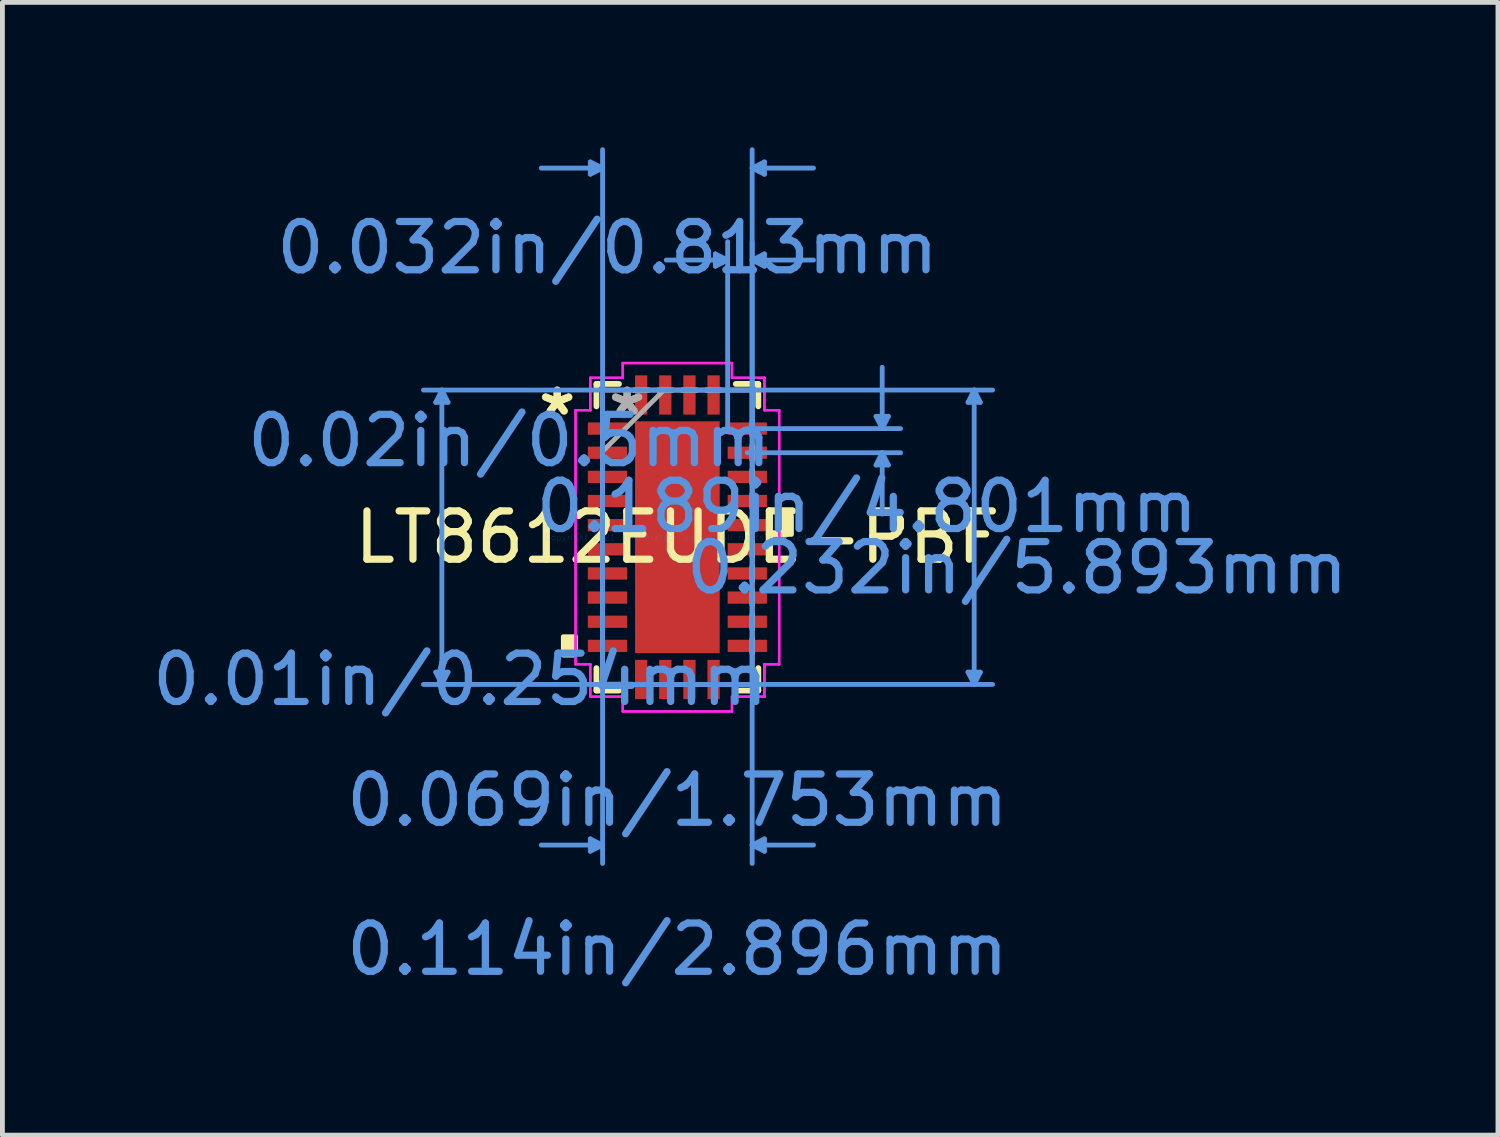
<source format=kicad_pcb>
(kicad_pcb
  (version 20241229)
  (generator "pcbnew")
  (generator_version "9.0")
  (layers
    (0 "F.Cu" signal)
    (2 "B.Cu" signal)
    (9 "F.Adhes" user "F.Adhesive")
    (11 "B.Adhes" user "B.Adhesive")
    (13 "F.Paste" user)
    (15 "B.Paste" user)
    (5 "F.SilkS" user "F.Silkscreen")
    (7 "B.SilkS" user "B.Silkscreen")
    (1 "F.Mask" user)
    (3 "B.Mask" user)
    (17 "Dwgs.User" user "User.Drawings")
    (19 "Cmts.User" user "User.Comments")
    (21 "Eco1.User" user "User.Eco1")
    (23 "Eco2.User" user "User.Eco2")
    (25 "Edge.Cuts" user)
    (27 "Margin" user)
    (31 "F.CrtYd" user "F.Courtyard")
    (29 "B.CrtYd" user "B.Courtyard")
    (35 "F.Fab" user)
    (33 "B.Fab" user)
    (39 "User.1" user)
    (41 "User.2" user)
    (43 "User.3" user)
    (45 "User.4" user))
  (footprint "LT8612EUDE-PBF"
    (layer "F.Cu")
    (at 10.978 8.076)
    (property "Reference" "LT8612EUDE-PBF" (at 0 0 0) (layer "F.SilkS") (effects (font (size 1 1) (thickness 0.15))))
    (attr through_hole)
    (fp_line (start -1.676 -3.175) (end -1.676 -2.71) (stroke (width 0.12) (type solid)) (layer "F.SilkS"))
    (fp_line (start -1.676 2.71) (end -1.676 3.175) (stroke (width 0.12) (type solid)) (layer "F.SilkS"))
    (fp_line (start -1.676 3.175) (end -1.21 3.175) (stroke (width 0.12) (type solid)) (layer "F.SilkS"))
    (fp_line (start -1.21 -3.175) (end -1.676 -3.175) (stroke (width 0.12) (type solid)) (layer "F.SilkS"))
    (fp_line (start 1.21 3.175) (end 1.676 3.175) (stroke (width 0.12) (type solid)) (layer "F.SilkS"))
    (fp_line (start 1.676 -3.175) (end 1.21 -3.175) (stroke (width 0.12) (type solid)) (layer "F.SilkS"))
    (fp_line (start 1.676 -2.71) (end 1.676 -3.175) (stroke (width 0.12) (type solid)) (layer "F.SilkS"))
    (fp_line (start 1.676 3.175) (end 1.676 2.71) (stroke (width 0.12) (type solid)) (layer "F.SilkS"))
    (fp_poly (pts (xy -2.362 2.06) (xy -2.362 2.441) (xy -2.108 2.441) (xy -2.108 2.06)) (stroke (width 0.1) (type solid)) (fill yes) (layer "F.SilkS"))
    (fp_poly (pts (xy 2.362 -0.441) (xy 2.362 -0.059) (xy 2.108 -0.059) (xy 2.108 -0.441)) (stroke (width 0.1) (type solid)) (fill yes) (layer "F.SilkS"))
    (fp_poly (pts (xy -0.776 -2.3) (xy -0.776 -0.9) (xy 0.776 -0.9) (xy 0.776 -2.3)) (stroke (width 0.1) (type solid)) (fill yes) (layer "F.Paste"))
    (fp_poly (pts (xy -0.776 -0.7) (xy -0.776 0.7) (xy 0.776 0.7) (xy 0.776 -0.7)) (stroke (width 0.1) (type solid)) (fill yes) (layer "F.Paste"))
    (fp_poly (pts (xy -0.776 0.9) (xy -0.776 2.3) (xy 0.776 2.3) (xy 0.776 0.9)) (stroke (width 0.1) (type solid)) (fill yes) (layer "F.Paste"))
    (fp_line (start -5.004 -2.794) (end -4.75 -2.794) (stroke (width 0.1) (type solid)) (layer "Cmts.User"))
    (fp_line (start -5.004 2.794) (end -4.75 2.794) (stroke (width 0.1) (type solid)) (layer "Cmts.User"))
    (fp_line (start -4.877 -3.048) (end -5.004 -2.794) (stroke (width 0.1) (type solid)) (layer "Cmts.User"))
    (fp_line (start -4.877 -3.048) (end -4.877 3.048) (stroke (width 0.1) (type solid)) (layer "Cmts.User"))
    (fp_line (start -4.877 -3.048) (end -4.75 -2.794) (stroke (width 0.1) (type solid)) (layer "Cmts.User"))
    (fp_line (start -4.877 3.048) (end -5.004 2.794) (stroke (width 0.1) (type solid)) (layer "Cmts.User"))
    (fp_line (start -4.877 3.048) (end -4.75 2.794) (stroke (width 0.1) (type solid)) (layer "Cmts.User"))
    (fp_line (start -1.803 -7.772) (end -1.803 -7.518) (stroke (width 0.1) (type solid)) (layer "Cmts.User"))
    (fp_line (start -1.803 6.248) (end -1.803 6.502) (stroke (width 0.1) (type solid)) (layer "Cmts.User"))
    (fp_line (start -1.549 -7.645) (end -2.819 -7.645) (stroke (width 0.1) (type solid)) (layer "Cmts.User"))
    (fp_line (start -1.549 -7.645) (end -1.803 -7.772) (stroke (width 0.1) (type solid)) (layer "Cmts.User"))
    (fp_line (start -1.549 -7.645) (end -1.803 -7.518) (stroke (width 0.1) (type solid)) (layer "Cmts.User"))
    (fp_line (start -1.549 -3.048) (end -1.549 6.756) (stroke (width 0.1) (type solid)) (layer "Cmts.User"))
    (fp_line (start -1.549 -2.25) (end -1.549 -8.026) (stroke (width 0.1) (type solid)) (layer "Cmts.User"))
    (fp_line (start -1.549 6.375) (end -2.819 6.375) (stroke (width 0.1) (type solid)) (layer "Cmts.User"))
    (fp_line (start -1.549 6.375) (end -1.803 6.248) (stroke (width 0.1) (type solid)) (layer "Cmts.User"))
    (fp_line (start -1.549 6.375) (end -1.803 6.502) (stroke (width 0.1) (type solid)) (layer "Cmts.User"))
    (fp_line (start 0.75 -3.048) (end 6.528 -3.048) (stroke (width 0.1) (type solid)) (layer "Cmts.User"))
    (fp_line (start 0.75 3.048) (end 6.528 3.048) (stroke (width 0.1) (type solid)) (layer "Cmts.User"))
    (fp_line (start 0.787 -5.867) (end 0.787 -5.613) (stroke (width 0.1) (type solid)) (layer "Cmts.User"))
    (fp_line (start 1.041 -5.74) (end -0.229 -5.74) (stroke (width 0.1) (type solid)) (layer "Cmts.User"))
    (fp_line (start 1.041 -5.74) (end 0.787 -5.867) (stroke (width 0.1) (type solid)) (layer "Cmts.User"))
    (fp_line (start 1.041 -5.74) (end 0.787 -5.613) (stroke (width 0.1) (type solid)) (layer "Cmts.User"))
    (fp_line (start 1.041 -2.25) (end 1.041 -6.121) (stroke (width 0.1) (type solid)) (layer "Cmts.User"))
    (fp_line (start 1.448 -2.25) (end 4.623 -2.25) (stroke (width 0.1) (type solid)) (layer "Cmts.User"))
    (fp_line (start 1.448 -1.75) (end 4.623 -1.75) (stroke (width 0.1) (type solid)) (layer "Cmts.User"))
    (fp_line (start 1.549 -7.645) (end 1.803 -7.772) (stroke (width 0.1) (type solid)) (layer "Cmts.User"))
    (fp_line (start 1.549 -7.645) (end 1.803 -7.518) (stroke (width 0.1) (type solid)) (layer "Cmts.User"))
    (fp_line (start 1.549 -7.645) (end 2.819 -7.645) (stroke (width 0.1) (type solid)) (layer "Cmts.User"))
    (fp_line (start 1.549 -5.74) (end 1.803 -5.867) (stroke (width 0.1) (type solid)) (layer "Cmts.User"))
    (fp_line (start 1.549 -5.74) (end 1.803 -5.613) (stroke (width 0.1) (type solid)) (layer "Cmts.User"))
    (fp_line (start 1.549 -5.74) (end 2.819 -5.74) (stroke (width 0.1) (type solid)) (layer "Cmts.User"))
    (fp_line (start 1.549 -3.048) (end -5.258 -3.048) (stroke (width 0.1) (type solid)) (layer "Cmts.User"))
    (fp_line (start 1.549 -3.048) (end 1.549 6.756) (stroke (width 0.1) (type solid)) (layer "Cmts.User"))
    (fp_line (start 1.549 -2.25) (end 1.549 -8.026) (stroke (width 0.1) (type solid)) (layer "Cmts.User"))
    (fp_line (start 1.549 -2.25) (end 1.549 -6.121) (stroke (width 0.1) (type solid)) (layer "Cmts.User"))
    (fp_line (start 1.549 3.048) (end -5.258 3.048) (stroke (width 0.1) (type solid)) (layer "Cmts.User"))
    (fp_line (start 1.549 6.375) (end 1.803 6.248) (stroke (width 0.1) (type solid)) (layer "Cmts.User"))
    (fp_line (start 1.549 6.375) (end 1.803 6.502) (stroke (width 0.1) (type solid)) (layer "Cmts.User"))
    (fp_line (start 1.549 6.375) (end 2.819 6.375) (stroke (width 0.1) (type solid)) (layer "Cmts.User"))
    (fp_line (start 1.803 -7.772) (end 1.803 -7.518) (stroke (width 0.1) (type solid)) (layer "Cmts.User"))
    (fp_line (start 1.803 -5.867) (end 1.803 -5.613) (stroke (width 0.1) (type solid)) (layer "Cmts.User"))
    (fp_line (start 1.803 6.248) (end 1.803 6.502) (stroke (width 0.1) (type solid)) (layer "Cmts.User"))
    (fp_line (start 4.115 -2.504) (end 4.369 -2.504) (stroke (width 0.1) (type solid)) (layer "Cmts.User"))
    (fp_line (start 4.115 -1.496) (end 4.369 -1.496) (stroke (width 0.1) (type solid)) (layer "Cmts.User"))
    (fp_line (start 4.242 -2.25) (end 4.115 -2.504) (stroke (width 0.1) (type solid)) (layer "Cmts.User"))
    (fp_line (start 4.242 -2.25) (end 4.242 -3.52) (stroke (width 0.1) (type solid)) (layer "Cmts.User"))
    (fp_line (start 4.242 -2.25) (end 4.369 -2.504) (stroke (width 0.1) (type solid)) (layer "Cmts.User"))
    (fp_line (start 4.242 -1.75) (end 4.115 -1.496) (stroke (width 0.1) (type solid)) (layer "Cmts.User"))
    (fp_line (start 4.242 -1.75) (end 4.242 -0.48) (stroke (width 0.1) (type solid)) (layer "Cmts.User"))
    (fp_line (start 4.242 -1.75) (end 4.369 -1.496) (stroke (width 0.1) (type solid)) (layer "Cmts.User"))
    (fp_line (start 6.02 -2.794) (end 6.274 -2.794) (stroke (width 0.1) (type solid)) (layer "Cmts.User"))
    (fp_line (start 6.02 2.794) (end 6.274 2.794) (stroke (width 0.1) (type solid)) (layer "Cmts.User"))
    (fp_line (start 6.147 -3.048) (end 6.02 -2.794) (stroke (width 0.1) (type solid)) (layer "Cmts.User"))
    (fp_line (start 6.147 -3.048) (end 6.147 3.048) (stroke (width 0.1) (type solid)) (layer "Cmts.User"))
    (fp_line (start 6.147 -3.048) (end 6.274 -2.794) (stroke (width 0.1) (type solid)) (layer "Cmts.User"))
    (fp_line (start 6.147 3.048) (end 6.02 2.794) (stroke (width 0.1) (type solid)) (layer "Cmts.User"))
    (fp_line (start 6.147 3.048) (end 6.274 2.794) (stroke (width 0.1) (type solid)) (layer "Cmts.User"))
    (fp_line (start -2.108 -2.631) (end -1.803 -2.631) (stroke (width 0.05) (type solid)) (layer "F.CrtYd"))
    (fp_line (start -2.108 -2.631) (end -1.803 -2.631) (stroke (width 0.05) (type solid)) (layer "F.CrtYd"))
    (fp_line (start -2.108 2.631) (end -2.108 -2.631) (stroke (width 0.05) (type solid)) (layer "F.CrtYd"))
    (fp_line (start -2.108 2.631) (end -2.108 -2.631) (stroke (width 0.05) (type solid)) (layer "F.CrtYd"))
    (fp_line (start -1.803 -3.302) (end -1.131 -3.302) (stroke (width 0.05) (type solid)) (layer "F.CrtYd"))
    (fp_line (start -1.803 -3.302) (end -1.131 -3.302) (stroke (width 0.05) (type solid)) (layer "F.CrtYd"))
    (fp_line (start -1.803 -2.631) (end -1.803 -3.302) (stroke (width 0.05) (type solid)) (layer "F.CrtYd"))
    (fp_line (start -1.803 -2.631) (end -1.803 -3.302) (stroke (width 0.05) (type solid)) (layer "F.CrtYd"))
    (fp_line (start -1.803 2.631) (end -2.108 2.631) (stroke (width 0.05) (type solid)) (layer "F.CrtYd"))
    (fp_line (start -1.803 2.631) (end -2.108 2.631) (stroke (width 0.05) (type solid)) (layer "F.CrtYd"))
    (fp_line (start -1.803 3.302) (end -1.803 2.631) (stroke (width 0.05) (type solid)) (layer "F.CrtYd"))
    (fp_line (start -1.803 3.302) (end -1.803 2.631) (stroke (width 0.05) (type solid)) (layer "F.CrtYd"))
    (fp_line (start -1.131 -3.607) (end 1.131 -3.607) (stroke (width 0.05) (type solid)) (layer "F.CrtYd"))
    (fp_line (start -1.131 -3.607) (end 1.131 -3.607) (stroke (width 0.05) (type solid)) (layer "F.CrtYd"))
    (fp_line (start -1.131 -3.302) (end -1.131 -3.607) (stroke (width 0.05) (type solid)) (layer "F.CrtYd"))
    (fp_line (start -1.131 -3.302) (end -1.131 -3.607) (stroke (width 0.05) (type solid)) (layer "F.CrtYd"))
    (fp_line (start -1.131 3.302) (end -1.803 3.302) (stroke (width 0.05) (type solid)) (layer "F.CrtYd"))
    (fp_line (start -1.131 3.302) (end -1.803 3.302) (stroke (width 0.05) (type solid)) (layer "F.CrtYd"))
    (fp_line (start -1.131 3.607) (end -1.131 3.302) (stroke (width 0.05) (type solid)) (layer "F.CrtYd"))
    (fp_line (start -1.131 3.607) (end -1.131 3.302) (stroke (width 0.05) (type solid)) (layer "F.CrtYd"))
    (fp_line (start 1.131 -3.607) (end 1.131 -3.302) (stroke (width 0.05) (type solid)) (layer "F.CrtYd"))
    (fp_line (start 1.131 -3.607) (end 1.131 -3.302) (stroke (width 0.05) (type solid)) (layer "F.CrtYd"))
    (fp_line (start 1.131 -3.302) (end 1.803 -3.302) (stroke (width 0.05) (type solid)) (layer "F.CrtYd"))
    (fp_line (start 1.131 -3.302) (end 1.803 -3.302) (stroke (width 0.05) (type solid)) (layer "F.CrtYd"))
    (fp_line (start 1.131 3.302) (end 1.131 3.607) (stroke (width 0.05) (type solid)) (layer "F.CrtYd"))
    (fp_line (start 1.131 3.302) (end 1.131 3.607) (stroke (width 0.05) (type solid)) (layer "F.CrtYd"))
    (fp_line (start 1.131 3.607) (end -1.131 3.607) (stroke (width 0.05) (type solid)) (layer "F.CrtYd"))
    (fp_line (start 1.131 3.607) (end -1.131 3.607) (stroke (width 0.05) (type solid)) (layer "F.CrtYd"))
    (fp_line (start 1.803 -3.302) (end 1.803 -2.631) (stroke (width 0.05) (type solid)) (layer "F.CrtYd"))
    (fp_line (start 1.803 -3.302) (end 1.803 -2.631) (stroke (width 0.05) (type solid)) (layer "F.CrtYd"))
    (fp_line (start 1.803 -2.631) (end 2.108 -2.631) (stroke (width 0.05) (type solid)) (layer "F.CrtYd"))
    (fp_line (start 1.803 -2.631) (end 2.108 -2.631) (stroke (width 0.05) (type solid)) (layer "F.CrtYd"))
    (fp_line (start 1.803 2.631) (end 1.803 3.302) (stroke (width 0.05) (type solid)) (layer "F.CrtYd"))
    (fp_line (start 1.803 2.631) (end 1.803 3.302) (stroke (width 0.05) (type solid)) (layer "F.CrtYd"))
    (fp_line (start 1.803 3.302) (end 1.131 3.302) (stroke (width 0.05) (type solid)) (layer "F.CrtYd"))
    (fp_line (start 1.803 3.302) (end 1.131 3.302) (stroke (width 0.05) (type solid)) (layer "F.CrtYd"))
    (fp_line (start 2.108 -2.631) (end 2.108 2.631) (stroke (width 0.05) (type solid)) (layer "F.CrtYd"))
    (fp_line (start 2.108 -2.631) (end 2.108 2.631) (stroke (width 0.05) (type solid)) (layer "F.CrtYd"))
    (fp_line (start 2.108 2.631) (end 1.803 2.631) (stroke (width 0.05) (type solid)) (layer "F.CrtYd"))
    (fp_line (start 2.108 2.631) (end 1.803 2.631) (stroke (width 0.05) (type solid)) (layer "F.CrtYd"))
    (fp_line (start -1.549 -3.048) (end -1.549 -3.048) (stroke (width 0.1) (type solid)) (layer "F.Fab"))
    (fp_line (start -1.549 -3.048) (end -1.549 3.048) (stroke (width 0.1) (type solid)) (layer "F.Fab"))
    (fp_line (start -1.549 -2.402) (end -1.549 -2.402) (stroke (width 0.1) (type solid)) (layer "F.Fab"))
    (fp_line (start -1.549 -2.402) (end -1.549 -2.098) (stroke (width 0.1) (type solid)) (layer "F.Fab"))
    (fp_line (start -1.549 -2.098) (end -1.549 -2.402) (stroke (width 0.1) (type solid)) (layer "F.Fab"))
    (fp_line (start -1.549 -2.098) (end -1.549 -2.098) (stroke (width 0.1) (type solid)) (layer "F.Fab"))
    (fp_line (start -1.549 -1.902) (end -1.549 -1.902) (stroke (width 0.1) (type solid)) (layer "F.Fab"))
    (fp_line (start -1.549 -1.902) (end -1.549 -1.598) (stroke (width 0.1) (type solid)) (layer "F.Fab"))
    (fp_line (start -1.549 -1.778) (end -0.279 -3.048) (stroke (width 0.1) (type solid)) (layer "F.Fab"))
    (fp_line (start -1.549 -1.598) (end -1.549 -1.902) (stroke (width 0.1) (type solid)) (layer "F.Fab"))
    (fp_line (start -1.549 -1.598) (end -1.549 -1.598) (stroke (width 0.1) (type solid)) (layer "F.Fab"))
    (fp_line (start -1.549 -1.402) (end -1.549 -1.402) (stroke (width 0.1) (type solid)) (layer "F.Fab"))
    (fp_line (start -1.549 -1.402) (end -1.549 -1.098) (stroke (width 0.1) (type solid)) (layer "F.Fab"))
    (fp_line (start -1.549 -1.098) (end -1.549 -1.402) (stroke (width 0.1) (type solid)) (layer "F.Fab"))
    (fp_line (start -1.549 -1.098) (end -1.549 -1.098) (stroke (width 0.1) (type solid)) (layer "F.Fab"))
    (fp_line (start -1.549 -0.902) (end -1.549 -0.902) (stroke (width 0.1) (type solid)) (layer "F.Fab"))
    (fp_line (start -1.549 -0.902) (end -1.549 -0.598) (stroke (width 0.1) (type solid)) (layer "F.Fab"))
    (fp_line (start -1.549 -0.598) (end -1.549 -0.902) (stroke (width 0.1) (type solid)) (layer "F.Fab"))
    (fp_line (start -1.549 -0.598) (end -1.549 -0.598) (stroke (width 0.1) (type solid)) (layer "F.Fab"))
    (fp_line (start -1.549 -0.402) (end -1.549 -0.402) (stroke (width 0.1) (type solid)) (layer "F.Fab"))
    (fp_line (start -1.549 -0.402) (end -1.549 -0.098) (stroke (width 0.1) (type solid)) (layer "F.Fab"))
    (fp_line (start -1.549 -0.098) (end -1.549 -0.402) (stroke (width 0.1) (type solid)) (layer "F.Fab"))
    (fp_line (start -1.549 -0.098) (end -1.549 -0.098) (stroke (width 0.1) (type solid)) (layer "F.Fab"))
    (fp_line (start -1.549 0.098) (end -1.549 0.098) (stroke (width 0.1) (type solid)) (layer "F.Fab"))
    (fp_line (start -1.549 0.098) (end -1.549 0.402) (stroke (width 0.1) (type solid)) (layer "F.Fab"))
    (fp_line (start -1.549 0.402) (end -1.549 0.098) (stroke (width 0.1) (type solid)) (layer "F.Fab"))
    (fp_line (start -1.549 0.402) (end -1.549 0.402) (stroke (width 0.1) (type solid)) (layer "F.Fab"))
    (fp_line (start -1.549 0.598) (end -1.549 0.598) (stroke (width 0.1) (type solid)) (layer "F.Fab"))
    (fp_line (start -1.549 0.598) (end -1.549 0.902) (stroke (width 0.1) (type solid)) (layer "F.Fab"))
    (fp_line (start -1.549 0.902) (end -1.549 0.598) (stroke (width 0.1) (type solid)) (layer "F.Fab"))
    (fp_line (start -1.549 0.902) (end -1.549 0.902) (stroke (width 0.1) (type solid)) (layer "F.Fab"))
    (fp_line (start -1.549 1.098) (end -1.549 1.098) (stroke (width 0.1) (type solid)) (layer "F.Fab"))
    (fp_line (start -1.549 1.098) (end -1.549 1.402) (stroke (width 0.1) (type solid)) (layer "F.Fab"))
    (fp_line (start -1.549 1.402) (end -1.549 1.098) (stroke (width 0.1) (type solid)) (layer "F.Fab"))
    (fp_line (start -1.549 1.402) (end -1.549 1.402) (stroke (width 0.1) (type solid)) (layer "F.Fab"))
    (fp_line (start -1.549 1.598) (end -1.549 1.598) (stroke (width 0.1) (type solid)) (layer "F.Fab"))
    (fp_line (start -1.549 1.598) (end -1.549 1.902) (stroke (width 0.1) (type solid)) (layer "F.Fab"))
    (fp_line (start -1.549 1.902) (end -1.549 1.598) (stroke (width 0.1) (type solid)) (layer "F.Fab"))
    (fp_line (start -1.549 1.902) (end -1.549 1.902) (stroke (width 0.1) (type solid)) (layer "F.Fab"))
    (fp_line (start -1.549 2.098) (end -1.549 2.098) (stroke (width 0.1) (type solid)) (layer "F.Fab"))
    (fp_line (start -1.549 2.098) (end -1.549 2.402) (stroke (width 0.1) (type solid)) (layer "F.Fab"))
    (fp_line (start -1.549 2.402) (end -1.549 2.098) (stroke (width 0.1) (type solid)) (layer "F.Fab"))
    (fp_line (start -1.549 2.402) (end -1.549 2.402) (stroke (width 0.1) (type solid)) (layer "F.Fab"))
    (fp_line (start -1.549 3.048) (end -1.549 3.048) (stroke (width 0.1) (type solid)) (layer "F.Fab"))
    (fp_line (start -1.549 3.048) (end 1.549 3.048) (stroke (width 0.1) (type solid)) (layer "F.Fab"))
    (fp_line (start -0.902 -3.048) (end -0.902 -3.048) (stroke (width 0.1) (type solid)) (layer "F.Fab"))
    (fp_line (start -0.902 -3.048) (end -0.598 -3.048) (stroke (width 0.1) (type solid)) (layer "F.Fab"))
    (fp_line (start -0.902 3.048) (end -0.902 3.048) (stroke (width 0.1) (type solid)) (layer "F.Fab"))
    (fp_line (start -0.902 3.048) (end -0.598 3.048) (stroke (width 0.1) (type solid)) (layer "F.Fab"))
    (fp_line (start -0.598 -3.048) (end -0.902 -3.048) (stroke (width 0.1) (type solid)) (layer "F.Fab"))
    (fp_line (start -0.598 -3.048) (end -0.598 -3.048) (stroke (width 0.1) (type solid)) (layer "F.Fab"))
    (fp_line (start -0.598 3.048) (end -0.902 3.048) (stroke (width 0.1) (type solid)) (layer "F.Fab"))
    (fp_line (start -0.598 3.048) (end -0.598 3.048) (stroke (width 0.1) (type solid)) (layer "F.Fab"))
    (fp_line (start -0.402 -3.048) (end -0.402 -3.048) (stroke (width 0.1) (type solid)) (layer "F.Fab"))
    (fp_line (start -0.402 -3.048) (end -0.098 -3.048) (stroke (width 0.1) (type solid)) (layer "F.Fab"))
    (fp_line (start -0.402 3.048) (end -0.402 3.048) (stroke (width 0.1) (type solid)) (layer "F.Fab"))
    (fp_line (start -0.402 3.048) (end -0.098 3.048) (stroke (width 0.1) (type solid)) (layer "F.Fab"))
    (fp_line (start -0.098 -3.048) (end -0.402 -3.048) (stroke (width 0.1) (type solid)) (layer "F.Fab"))
    (fp_line (start -0.098 -3.048) (end -0.098 -3.048) (stroke (width 0.1) (type solid)) (layer "F.Fab"))
    (fp_line (start -0.098 3.048) (end -0.402 3.048) (stroke (width 0.1) (type solid)) (layer "F.Fab"))
    (fp_line (start -0.098 3.048) (end -0.098 3.048) (stroke (width 0.1) (type solid)) (layer "F.Fab"))
    (fp_line (start 0.098 -3.048) (end 0.098 -3.048) (stroke (width 0.1) (type solid)) (layer "F.Fab"))
    (fp_line (start 0.098 -3.048) (end 0.402 -3.048) (stroke (width 0.1) (type solid)) (layer "F.Fab"))
    (fp_line (start 0.098 3.048) (end 0.098 3.048) (stroke (width 0.1) (type solid)) (layer "F.Fab"))
    (fp_line (start 0.098 3.048) (end 0.402 3.048) (stroke (width 0.1) (type solid)) (layer "F.Fab"))
    (fp_line (start 0.402 -3.048) (end 0.098 -3.048) (stroke (width 0.1) (type solid)) (layer "F.Fab"))
    (fp_line (start 0.402 -3.048) (end 0.402 -3.048) (stroke (width 0.1) (type solid)) (layer "F.Fab"))
    (fp_line (start 0.402 3.048) (end 0.098 3.048) (stroke (width 0.1) (type solid)) (layer "F.Fab"))
    (fp_line (start 0.402 3.048) (end 0.402 3.048) (stroke (width 0.1) (type solid)) (layer "F.Fab"))
    (fp_line (start 0.598 -3.048) (end 0.598 -3.048) (stroke (width 0.1) (type solid)) (layer "F.Fab"))
    (fp_line (start 0.598 -3.048) (end 0.902 -3.048) (stroke (width 0.1) (type solid)) (layer "F.Fab"))
    (fp_line (start 0.598 3.048) (end 0.598 3.048) (stroke (width 0.1) (type solid)) (layer "F.Fab"))
    (fp_line (start 0.598 3.048) (end 0.902 3.048) (stroke (width 0.1) (type solid)) (layer "F.Fab"))
    (fp_line (start 0.902 -3.048) (end 0.598 -3.048) (stroke (width 0.1) (type solid)) (layer "F.Fab"))
    (fp_line (start 0.902 -3.048) (end 0.902 -3.048) (stroke (width 0.1) (type solid)) (layer "F.Fab"))
    (fp_line (start 0.902 3.048) (end 0.598 3.048) (stroke (width 0.1) (type solid)) (layer "F.Fab"))
    (fp_line (start 0.902 3.048) (end 0.902 3.048) (stroke (width 0.1) (type solid)) (layer "F.Fab"))
    (fp_line (start 1.549 -3.048) (end -1.549 -3.048) (stroke (width 0.1) (type solid)) (layer "F.Fab"))
    (fp_line (start 1.549 -3.048) (end 1.549 -3.048) (stroke (width 0.1) (type solid)) (layer "F.Fab"))
    (fp_line (start 1.549 -2.402) (end 1.549 -2.402) (stroke (width 0.1) (type solid)) (layer "F.Fab"))
    (fp_line (start 1.549 -2.402) (end 1.549 -2.098) (stroke (width 0.1) (type solid)) (layer "F.Fab"))
    (fp_line (start 1.549 -2.098) (end 1.549 -2.402) (stroke (width 0.1) (type solid)) (layer "F.Fab"))
    (fp_line (start 1.549 -2.098) (end 1.549 -2.098) (stroke (width 0.1) (type solid)) (layer "F.Fab"))
    (fp_line (start 1.549 -1.902) (end 1.549 -1.902) (stroke (width 0.1) (type solid)) (layer "F.Fab"))
    (fp_line (start 1.549 -1.902) (end 1.549 -1.598) (stroke (width 0.1) (type solid)) (layer "F.Fab"))
    (fp_line (start 1.549 -1.598) (end 1.549 -1.902) (stroke (width 0.1) (type solid)) (layer "F.Fab"))
    (fp_line (start 1.549 -1.598) (end 1.549 -1.598) (stroke (width 0.1) (type solid)) (layer "F.Fab"))
    (fp_line (start 1.549 -1.402) (end 1.549 -1.402) (stroke (width 0.1) (type solid)) (layer "F.Fab"))
    (fp_line (start 1.549 -1.402) (end 1.549 -1.098) (stroke (width 0.1) (type solid)) (layer "F.Fab"))
    (fp_line (start 1.549 -1.098) (end 1.549 -1.402) (stroke (width 0.1) (type solid)) (layer "F.Fab"))
    (fp_line (start 1.549 -1.098) (end 1.549 -1.098) (stroke (width 0.1) (type solid)) (layer "F.Fab"))
    (fp_line (start 1.549 -0.902) (end 1.549 -0.902) (stroke (width 0.1) (type solid)) (layer "F.Fab"))
    (fp_line (start 1.549 -0.902) (end 1.549 -0.598) (stroke (width 0.1) (type solid)) (layer "F.Fab"))
    (fp_line (start 1.549 -0.598) (end 1.549 -0.902) (stroke (width 0.1) (type solid)) (layer "F.Fab"))
    (fp_line (start 1.549 -0.598) (end 1.549 -0.598) (stroke (width 0.1) (type solid)) (layer "F.Fab"))
    (fp_line (start 1.549 -0.402) (end 1.549 -0.402) (stroke (width 0.1) (type solid)) (layer "F.Fab"))
    (fp_line (start 1.549 -0.402) (end 1.549 -0.098) (stroke (width 0.1) (type solid)) (layer "F.Fab"))
    (fp_line (start 1.549 -0.098) (end 1.549 -0.402) (stroke (width 0.1) (type solid)) (layer "F.Fab"))
    (fp_line (start 1.549 -0.098) (end 1.549 -0.098) (stroke (width 0.1) (type solid)) (layer "F.Fab"))
    (fp_line (start 1.549 0.098) (end 1.549 0.098) (stroke (width 0.1) (type solid)) (layer "F.Fab"))
    (fp_line (start 1.549 0.098) (end 1.549 0.402) (stroke (width 0.1) (type solid)) (layer "F.Fab"))
    (fp_line (start 1.549 0.402) (end 1.549 0.098) (stroke (width 0.1) (type solid)) (layer "F.Fab"))
    (fp_line (start 1.549 0.402) (end 1.549 0.402) (stroke (width 0.1) (type solid)) (layer "F.Fab"))
    (fp_line (start 1.549 0.598) (end 1.549 0.598) (stroke (width 0.1) (type solid)) (layer "F.Fab"))
    (fp_line (start 1.549 0.598) (end 1.549 0.902) (stroke (width 0.1) (type solid)) (layer "F.Fab"))
    (fp_line (start 1.549 0.902) (end 1.549 0.598) (stroke (width 0.1) (type solid)) (layer "F.Fab"))
    (fp_line (start 1.549 0.902) (end 1.549 0.902) (stroke (width 0.1) (type solid)) (layer "F.Fab"))
    (fp_line (start 1.549 1.098) (end 1.549 1.098) (stroke (width 0.1) (type solid)) (layer "F.Fab"))
    (fp_line (start 1.549 1.098) (end 1.549 1.402) (stroke (width 0.1) (type solid)) (layer "F.Fab"))
    (fp_line (start 1.549 1.402) (end 1.549 1.098) (stroke (width 0.1) (type solid)) (layer "F.Fab"))
    (fp_line (start 1.549 1.402) (end 1.549 1.402) (stroke (width 0.1) (type solid)) (layer "F.Fab"))
    (fp_line (start 1.549 1.598) (end 1.549 1.598) (stroke (width 0.1) (type solid)) (layer "F.Fab"))
    (fp_line (start 1.549 1.598) (end 1.549 1.902) (stroke (width 0.1) (type solid)) (layer "F.Fab"))
    (fp_line (start 1.549 1.902) (end 1.549 1.598) (stroke (width 0.1) (type solid)) (layer "F.Fab"))
    (fp_line (start 1.549 1.902) (end 1.549 1.902) (stroke (width 0.1) (type solid)) (layer "F.Fab"))
    (fp_line (start 1.549 2.098) (end 1.549 2.098) (stroke (width 0.1) (type solid)) (layer "F.Fab"))
    (fp_line (start 1.549 2.098) (end 1.549 2.402) (stroke (width 0.1) (type solid)) (layer "F.Fab"))
    (fp_line (start 1.549 2.402) (end 1.549 2.098) (stroke (width 0.1) (type solid)) (layer "F.Fab"))
    (fp_line (start 1.549 2.402) (end 1.549 2.402) (stroke (width 0.1) (type solid)) (layer "F.Fab"))
    (fp_line (start 1.549 3.048) (end 1.549 -3.048) (stroke (width 0.1) (type solid)) (layer "F.Fab"))
    (fp_line (start 1.549 3.048) (end 1.549 3.048) (stroke (width 0.1) (type solid)) (layer "F.Fab"))
    (fp_text user "*" (at -2.489 -2.5 0) (layer "F.SilkS") (effects (font (size 1 1) (thickness 0.15))))
    (fp_text user "*" (at -2.489 -2.5 0) (layer "F.SilkS") (effects (font (size 1 1) (thickness 0.15))))
    (fp_text user "0.232in/5.893mm" (at 7.036 0.635 0) (layer "Cmts.User") (effects (font (size 1 1) (thickness 0.15))))
    (fp_text user "0.02in/0.5mm" (at -3.48 -2 0) (layer "Cmts.User") (effects (font (size 1 1) (thickness 0.15))))
    (fp_text user "Copyright 2021 Accelerated Designs. All rights reserved." (at 0 0 0) (layer "Cmts.User") (effects (font (size 0.127 0.127) (thickness 0.002))))
    (fp_text user "0.032in/0.813mm" (at -1.448 -5.994 0) (layer "Cmts.User") (effects (font (size 1 1) (thickness 0.15))))
    (fp_text user "0.01in/0.254mm" (at -4.496 2.946 0) (layer "Cmts.User") (effects (font (size 1 1) (thickness 0.15))))
    (fp_text user "0.114in/2.896mm" (at 0 8.534 0) (layer "Cmts.User") (effects (font (size 1 1) (thickness 0.15))))
    (fp_text user "0.189in/4.801mm" (at 3.924 -0.635 0) (layer "Cmts.User") (effects (font (size 1 1) (thickness 0.15))))
    (fp_text user "0.069in/1.753mm" (at 0 5.448 0) (layer "Cmts.User") (effects (font (size 1 1) (thickness 0.15))))
    (fp_text user "*" (at -1.041 -2.5 0) (layer "F.Fab") (effects (font (size 1 1) (thickness 0.15))))
    (fp_text user "*" (at -1.041 -2.5 0) (layer "F.Fab") (effects (font (size 1 1) (thickness 0.15))))
    (pad "1" smd rect (at -1.448 -2.25 90) (size 0.254 0.813) (layers "F.Cu" "F.Mask" "F.Paste"))
    (pad "2" smd rect (at -1.448 -1.75 90) (size 0.254 0.813) (layers "F.Cu" "F.Mask" "F.Paste"))
    (pad "3" smd rect (at -1.448 -1.25 90) (size 0.254 0.813) (layers "F.Cu" "F.Mask" "F.Paste"))
    (pad "4" smd rect (at -1.448 -0.75 90) (size 0.254 0.813) (layers "F.Cu" "F.Mask" "F.Paste"))
    (pad "5" smd rect (at -1.448 -0.25 90) (size 0.254 0.813) (layers "F.Cu" "F.Mask" "F.Paste"))
    (pad "6" smd rect (at -1.448 0.25 90) (size 0.254 0.813) (layers "F.Cu" "F.Mask" "F.Paste"))
    (pad "7" smd rect (at -1.448 0.75 90) (size 0.254 0.813) (layers "F.Cu" "F.Mask" "F.Paste"))
    (pad "8" smd rect (at -1.448 1.25 90) (size 0.254 0.813) (layers "F.Cu" "F.Mask" "F.Paste"))
    (pad "9" smd rect (at -1.448 1.75 90) (size 0.254 0.813) (layers "F.Cu" "F.Mask" "F.Paste"))
    (pad "10" smd rect (at -1.448 2.25 90) (size 0.254 0.813) (layers "F.Cu" "F.Mask" "F.Paste"))
    (pad "11" smd rect (at -0.75 2.946) (size 0.254 0.813) (layers "F.Cu" "F.Mask" "F.Paste"))
    (pad "12" smd rect (at -0.25 2.946) (size 0.254 0.813) (layers "F.Cu" "F.Mask" "F.Paste"))
    (pad "13" smd rect (at 0.25 2.946) (size 0.254 0.813) (layers "F.Cu" "F.Mask" "F.Paste"))
    (pad "14" smd rect (at 0.75 2.946) (size 0.254 0.813) (layers "F.Cu" "F.Mask" "F.Paste"))
    (pad "15" smd rect (at 1.448 2.25 90) (size 0.254 0.813) (layers "F.Cu" "F.Mask" "F.Paste"))
    (pad "16" smd rect (at 1.448 1.75 90) (size 0.254 0.813) (layers "F.Cu" "F.Mask" "F.Paste"))
    (pad "17" smd rect (at 1.448 1.25 90) (size 0.254 0.813) (layers "F.Cu" "F.Mask" "F.Paste"))
    (pad "18" smd rect (at 1.448 0.75 90) (size 0.254 0.813) (layers "F.Cu" "F.Mask" "F.Paste"))
    (pad "19" smd rect (at 1.448 0.25 90) (size 0.254 0.813) (layers "F.Cu" "F.Mask" "F.Paste"))
    (pad "20" smd rect (at 1.448 -0.25 90) (size 0.254 0.813) (layers "F.Cu" "F.Mask" "F.Paste"))
    (pad "21" smd rect (at 1.448 -0.75 90) (size 0.254 0.813) (layers "F.Cu" "F.Mask" "F.Paste"))
    (pad "22" smd rect (at 1.448 -1.25 90) (size 0.254 0.813) (layers "F.Cu" "F.Mask" "F.Paste"))
    (pad "23" smd rect (at 1.448 -1.75 90) (size 0.254 0.813) (layers "F.Cu" "F.Mask" "F.Paste"))
    (pad "24" smd rect (at 1.448 -2.25 90) (size 0.254 0.813) (layers "F.Cu" "F.Mask" "F.Paste"))
    (pad "25" smd rect (at 0.75 -2.946) (size 0.254 0.813) (layers "F.Cu" "F.Mask" "F.Paste"))
    (pad "26" smd rect (at 0.25 -2.946) (size 0.254 0.813) (layers "F.Cu" "F.Mask" "F.Paste"))
    (pad "27" smd rect (at -0.25 -2.946) (size 0.254 0.813) (layers "F.Cu" "F.Mask" "F.Paste"))
    (pad "28" smd rect (at -0.75 -2.946) (size 0.254 0.813) (layers "F.Cu" "F.Mask" "F.Paste"))
    (pad "29" smd rect (at 0 0) (size 1.753 4.801) (layers "F.Cu" "F.Mask")))
  (gr_rect
    (start -3 -3)
    (end 27.972 20.459)
    (stroke (width 0.1) (type default))
    (fill no)
    (layer "Edge.Cuts")))
</source>
